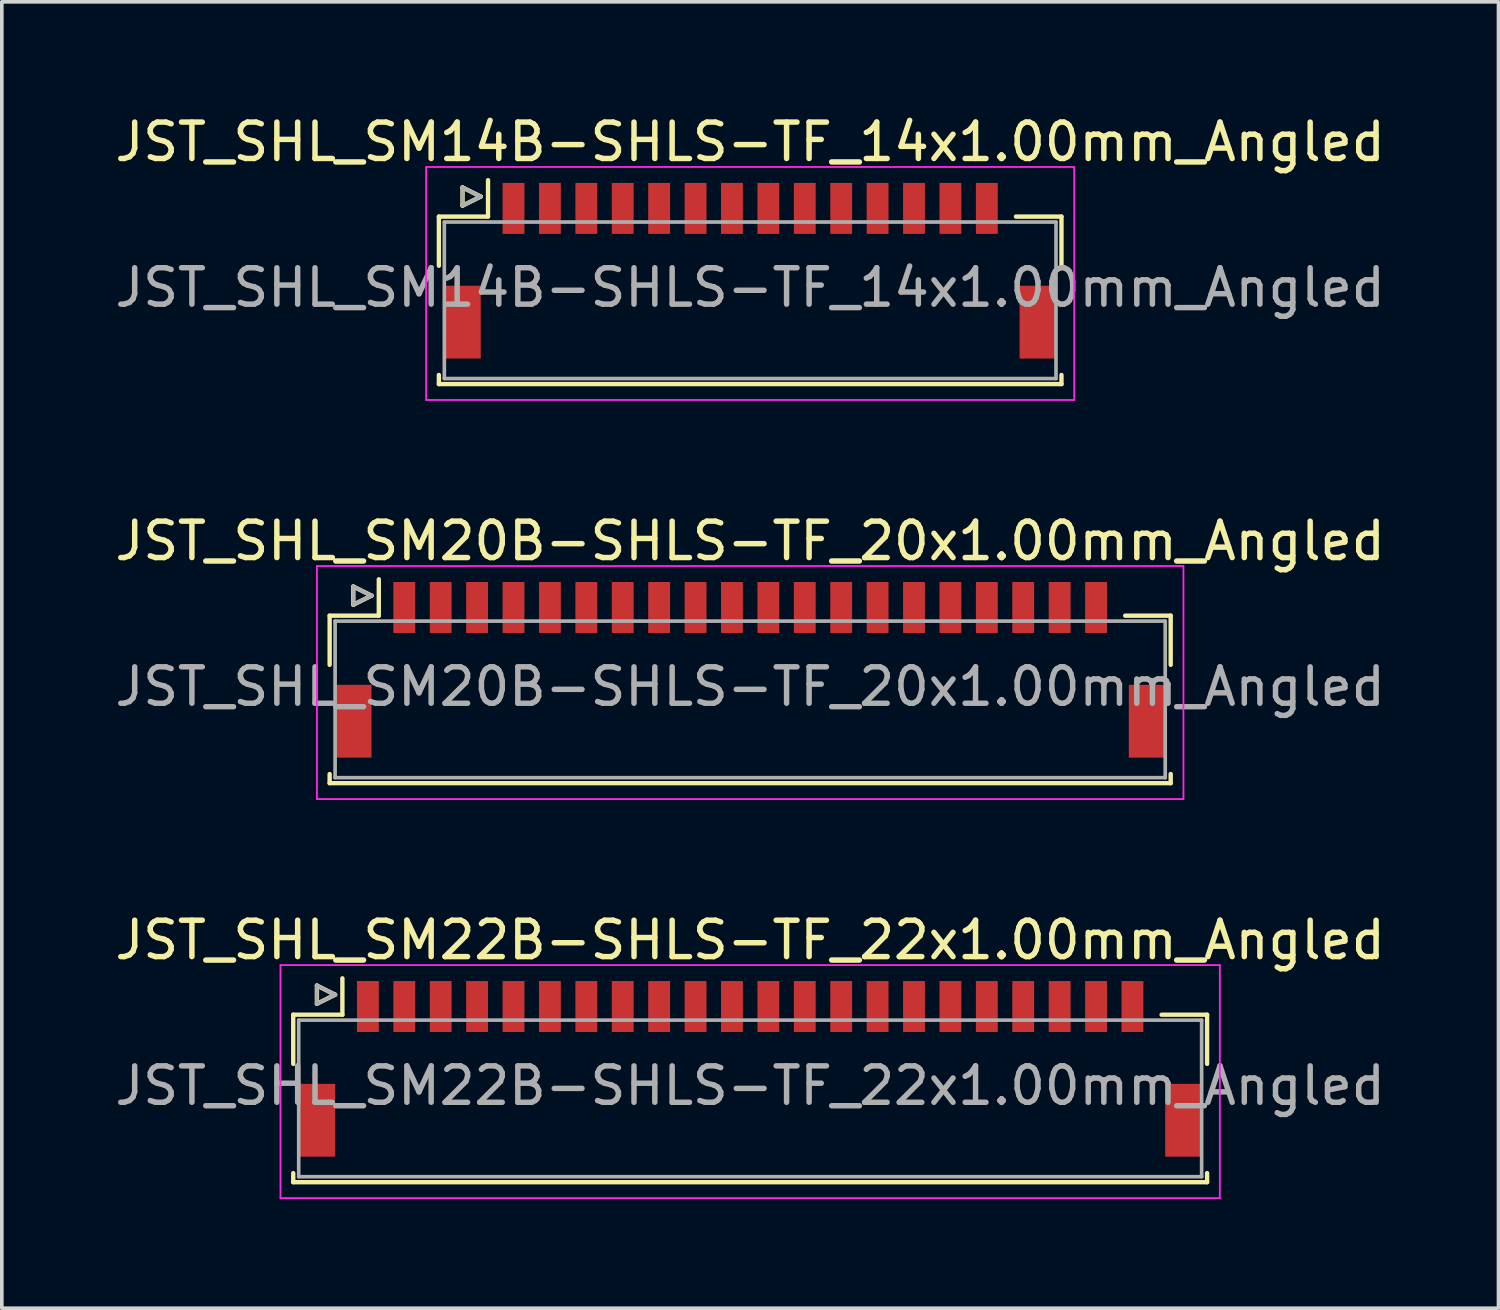
<source format=kicad_pcb>
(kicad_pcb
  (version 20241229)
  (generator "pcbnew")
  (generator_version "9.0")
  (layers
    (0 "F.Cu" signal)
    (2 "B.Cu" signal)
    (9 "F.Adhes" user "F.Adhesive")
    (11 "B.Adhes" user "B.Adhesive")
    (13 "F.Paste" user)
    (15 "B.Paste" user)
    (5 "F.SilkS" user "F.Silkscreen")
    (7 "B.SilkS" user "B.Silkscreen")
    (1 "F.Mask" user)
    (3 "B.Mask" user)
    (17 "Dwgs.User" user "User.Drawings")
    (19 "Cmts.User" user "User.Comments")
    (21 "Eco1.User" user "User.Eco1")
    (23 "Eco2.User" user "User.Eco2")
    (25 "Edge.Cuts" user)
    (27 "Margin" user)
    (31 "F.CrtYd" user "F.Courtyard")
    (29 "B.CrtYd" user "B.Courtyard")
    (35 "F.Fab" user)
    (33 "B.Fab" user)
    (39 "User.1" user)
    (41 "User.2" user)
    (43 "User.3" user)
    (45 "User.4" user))
  (footprint "JST_SHL_SM14B-SHLS-TF_14x1.00mm_Angled"
    (layer "F.Cu")
    (at 17.554 4.236)
    (property "Reference" "JST_SHL_SM14B-SHLS-TF_14x1.00mm_Angled" (at 0 -3.388 0) (layer "F.SilkS") (effects (font (size 1 1) (thickness 0.15))))
    (attr smd)
    (fp_line (start -8.55 -1.337) (end -7.2 -1.337) (stroke (width 0.12) (type solid)) (layer "F.SilkS"))
    (fp_line (start -8.55 0.013) (end -8.55 -1.337) (stroke (width 0.12) (type solid)) (layer "F.SilkS"))
    (fp_line (start -8.55 3.013) (end -8.55 3.263) (stroke (width 0.12) (type solid)) (layer "F.SilkS"))
    (fp_line (start -8.55 3.263) (end 8.55 3.263) (stroke (width 0.12) (type solid)) (layer "F.SilkS"))
    (fp_line (start -7.9 -2.138) (end -7.9 -1.637) (stroke (width 0.12) (type solid)) (layer "F.SilkS"))
    (fp_line (start -7.9 -1.637) (end -7.4 -1.887) (stroke (width 0.12) (type solid)) (layer "F.SilkS"))
    (fp_line (start -7.4 -1.887) (end -7.9 -2.138) (stroke (width 0.12) (type solid)) (layer "F.SilkS"))
    (fp_line (start -7.2 -1.337) (end -7.2 -2.337) (stroke (width 0.12) (type solid)) (layer "F.SilkS"))
    (fp_line (start 8.55 -1.337) (end 7.3 -1.337) (stroke (width 0.12) (type solid)) (layer "F.SilkS"))
    (fp_line (start 8.55 0.013) (end 8.55 -1.337) (stroke (width 0.12) (type solid)) (layer "F.SilkS"))
    (fp_line (start 8.55 3.263) (end 8.55 3.013) (stroke (width 0.12) (type solid)) (layer "F.SilkS"))
    (fp_line (start -8.9 -2.7) (end -8.9 3.7) (stroke (width 0.05) (type solid)) (layer "F.CrtYd"))
    (fp_line (start -8.9 3.7) (end 8.9 3.7) (stroke (width 0.05) (type solid)) (layer "F.CrtYd"))
    (fp_line (start 8.9 -2.7) (end -8.9 -2.7) (stroke (width 0.05) (type solid)) (layer "F.CrtYd"))
    (fp_line (start 8.9 3.7) (end 8.9 -2.7) (stroke (width 0.05) (type solid)) (layer "F.CrtYd"))
    (fp_line (start -8.4 -1.188) (end -8.4 3.112) (stroke (width 0.1) (type solid)) (layer "F.Fab"))
    (fp_line (start -8.4 3.112) (end 8.4 3.112) (stroke (width 0.1) (type solid)) (layer "F.Fab"))
    (fp_line (start -7.9 -2.138) (end -7.9 -1.637) (stroke (width 0.1) (type solid)) (layer "F.Fab"))
    (fp_line (start -7.9 -1.637) (end -7.4 -1.887) (stroke (width 0.1) (type solid)) (layer "F.Fab"))
    (fp_line (start -7.4 -1.887) (end -7.9 -2.138) (stroke (width 0.1) (type solid)) (layer "F.Fab"))
    (fp_line (start 8.4 -1.188) (end -8.4 -1.188) (stroke (width 0.1) (type solid)) (layer "F.Fab"))
    (fp_line (start 8.4 3.112) (end 8.4 -1.188) (stroke (width 0.1) (type solid)) (layer "F.Fab"))
    (fp_text user "${REFERENCE}" (at 0 0.613 0) (layer "F.Fab") (effects (font (size 1 1) (thickness 0.15))))
    (pad "" smd rect (at -7.9 1.562) (size 1 2) (layers "F.Cu" "F.Mask" "F.Paste"))
    (pad "" smd rect (at 7.9 1.562) (size 1 2) (layers "F.Cu" "F.Mask" "F.Paste"))
    (pad "1" smd rect (at -6.5 -1.562) (size 0.6 1.4) (layers "F.Cu" "F.Mask" "F.Paste"))
    (pad "2" smd rect (at -5.5 -1.562) (size 0.6 1.4) (layers "F.Cu" "F.Mask" "F.Paste"))
    (pad "3" smd rect (at -4.5 -1.562) (size 0.6 1.4) (layers "F.Cu" "F.Mask" "F.Paste"))
    (pad "4" smd rect (at -3.5 -1.562) (size 0.6 1.4) (layers "F.Cu" "F.Mask" "F.Paste"))
    (pad "5" smd rect (at -2.5 -1.562) (size 0.6 1.4) (layers "F.Cu" "F.Mask" "F.Paste"))
    (pad "6" smd rect (at -1.5 -1.562) (size 0.6 1.4) (layers "F.Cu" "F.Mask" "F.Paste"))
    (pad "7" smd rect (at -0.5 -1.562) (size 0.6 1.4) (layers "F.Cu" "F.Mask" "F.Paste"))
    (pad "8" smd rect (at 0.5 -1.562) (size 0.6 1.4) (layers "F.Cu" "F.Mask" "F.Paste"))
    (pad "9" smd rect (at 1.5 -1.562) (size 0.6 1.4) (layers "F.Cu" "F.Mask" "F.Paste"))
    (pad "10" smd rect (at 2.5 -1.562) (size 0.6 1.4) (layers "F.Cu" "F.Mask" "F.Paste"))
    (pad "11" smd rect (at 3.5 -1.562) (size 0.6 1.4) (layers "F.Cu" "F.Mask" "F.Paste"))
    (pad "12" smd rect (at 4.5 -1.562) (size 0.6 1.4) (layers "F.Cu" "F.Mask" "F.Paste"))
    (pad "13" smd rect (at 5.5 -1.562) (size 0.6 1.4) (layers "F.Cu" "F.Mask" "F.Paste"))
    (pad "14" smd rect (at 6.5 -1.562) (size 0.6 1.4) (layers "F.Cu" "F.Mask" "F.Paste")))
  (footprint "JST_SHL_SM22B-SHLS-TF_22x1.00mm_Angled"
    (layer "F.Cu")
    (at 17.554 26.157)
    (property "Reference" "JST_SHL_SM22B-SHLS-TF_22x1.00mm_Angled" (at 0 -3.388 0) (layer "F.SilkS") (effects (font (size 1 1) (thickness 0.15))))
    (attr smd)
    (fp_line (start -12.55 -1.337) (end -11.2 -1.337) (stroke (width 0.12) (type solid)) (layer "F.SilkS"))
    (fp_line (start -12.55 0.013) (end -12.55 -1.337) (stroke (width 0.12) (type solid)) (layer "F.SilkS"))
    (fp_line (start -12.55 3.013) (end -12.55 3.263) (stroke (width 0.12) (type solid)) (layer "F.SilkS"))
    (fp_line (start -12.55 3.263) (end 12.55 3.263) (stroke (width 0.12) (type solid)) (layer "F.SilkS"))
    (fp_line (start -11.9 -2.138) (end -11.9 -1.637) (stroke (width 0.12) (type solid)) (layer "F.SilkS"))
    (fp_line (start -11.9 -1.637) (end -11.4 -1.887) (stroke (width 0.12) (type solid)) (layer "F.SilkS"))
    (fp_line (start -11.4 -1.887) (end -11.9 -2.138) (stroke (width 0.12) (type solid)) (layer "F.SilkS"))
    (fp_line (start -11.2 -1.337) (end -11.2 -2.337) (stroke (width 0.12) (type solid)) (layer "F.SilkS"))
    (fp_line (start 12.55 -1.337) (end 11.3 -1.337) (stroke (width 0.12) (type solid)) (layer "F.SilkS"))
    (fp_line (start 12.55 0.013) (end 12.55 -1.337) (stroke (width 0.12) (type solid)) (layer "F.SilkS"))
    (fp_line (start 12.55 3.263) (end 12.55 3.013) (stroke (width 0.12) (type solid)) (layer "F.SilkS"))
    (fp_line (start -12.9 -2.7) (end -12.9 3.7) (stroke (width 0.05) (type solid)) (layer "F.CrtYd"))
    (fp_line (start -12.9 3.7) (end 12.9 3.7) (stroke (width 0.05) (type solid)) (layer "F.CrtYd"))
    (fp_line (start 12.9 -2.7) (end -12.9 -2.7) (stroke (width 0.05) (type solid)) (layer "F.CrtYd"))
    (fp_line (start 12.9 3.7) (end 12.9 -2.7) (stroke (width 0.05) (type solid)) (layer "F.CrtYd"))
    (fp_line (start -12.4 -1.188) (end -12.4 3.112) (stroke (width 0.1) (type solid)) (layer "F.Fab"))
    (fp_line (start -12.4 3.112) (end 12.4 3.112) (stroke (width 0.1) (type solid)) (layer "F.Fab"))
    (fp_line (start -11.9 -2.138) (end -11.9 -1.637) (stroke (width 0.1) (type solid)) (layer "F.Fab"))
    (fp_line (start -11.9 -1.637) (end -11.4 -1.887) (stroke (width 0.1) (type solid)) (layer "F.Fab"))
    (fp_line (start -11.4 -1.887) (end -11.9 -2.138) (stroke (width 0.1) (type solid)) (layer "F.Fab"))
    (fp_line (start 12.4 -1.188) (end -12.4 -1.188) (stroke (width 0.1) (type solid)) (layer "F.Fab"))
    (fp_line (start 12.4 3.112) (end 12.4 -1.188) (stroke (width 0.1) (type solid)) (layer "F.Fab"))
    (fp_text user "${REFERENCE}" (at 0 0.613 0) (layer "F.Fab") (effects (font (size 1 1) (thickness 0.15))))
    (pad "" smd rect (at -11.9 1.562) (size 1 2) (layers "F.Cu" "F.Mask" "F.Paste"))
    (pad "" smd rect (at 11.9 1.562) (size 1 2) (layers "F.Cu" "F.Mask" "F.Paste"))
    (pad "1" smd rect (at -10.5 -1.562) (size 0.6 1.4) (layers "F.Cu" "F.Mask" "F.Paste"))
    (pad "2" smd rect (at -9.5 -1.562) (size 0.6 1.4) (layers "F.Cu" "F.Mask" "F.Paste"))
    (pad "3" smd rect (at -8.5 -1.562) (size 0.6 1.4) (layers "F.Cu" "F.Mask" "F.Paste"))
    (pad "4" smd rect (at -7.5 -1.562) (size 0.6 1.4) (layers "F.Cu" "F.Mask" "F.Paste"))
    (pad "5" smd rect (at -6.5 -1.562) (size 0.6 1.4) (layers "F.Cu" "F.Mask" "F.Paste"))
    (pad "6" smd rect (at -5.5 -1.562) (size 0.6 1.4) (layers "F.Cu" "F.Mask" "F.Paste"))
    (pad "7" smd rect (at -4.5 -1.562) (size 0.6 1.4) (layers "F.Cu" "F.Mask" "F.Paste"))
    (pad "8" smd rect (at -3.5 -1.562) (size 0.6 1.4) (layers "F.Cu" "F.Mask" "F.Paste"))
    (pad "9" smd rect (at -2.5 -1.562) (size 0.6 1.4) (layers "F.Cu" "F.Mask" "F.Paste"))
    (pad "10" smd rect (at -1.5 -1.562) (size 0.6 1.4) (layers "F.Cu" "F.Mask" "F.Paste"))
    (pad "11" smd rect (at -0.5 -1.562) (size 0.6 1.4) (layers "F.Cu" "F.Mask" "F.Paste"))
    (pad "12" smd rect (at 0.5 -1.562) (size 0.6 1.4) (layers "F.Cu" "F.Mask" "F.Paste"))
    (pad "13" smd rect (at 1.5 -1.562) (size 0.6 1.4) (layers "F.Cu" "F.Mask" "F.Paste"))
    (pad "14" smd rect (at 2.5 -1.562) (size 0.6 1.4) (layers "F.Cu" "F.Mask" "F.Paste"))
    (pad "15" smd rect (at 3.5 -1.562) (size 0.6 1.4) (layers "F.Cu" "F.Mask" "F.Paste"))
    (pad "16" smd rect (at 4.5 -1.562) (size 0.6 1.4) (layers "F.Cu" "F.Mask" "F.Paste"))
    (pad "17" smd rect (at 5.5 -1.562) (size 0.6 1.4) (layers "F.Cu" "F.Mask" "F.Paste"))
    (pad "18" smd rect (at 6.5 -1.562) (size 0.6 1.4) (layers "F.Cu" "F.Mask" "F.Paste"))
    (pad "19" smd rect (at 7.5 -1.562) (size 0.6 1.4) (layers "F.Cu" "F.Mask" "F.Paste"))
    (pad "20" smd rect (at 8.5 -1.562) (size 0.6 1.4) (layers "F.Cu" "F.Mask" "F.Paste"))
    (pad "21" smd rect (at 9.5 -1.562) (size 0.6 1.4) (layers "F.Cu" "F.Mask" "F.Paste"))
    (pad "22" smd rect (at 10.5 -1.562) (size 0.6 1.4) (layers "F.Cu" "F.Mask" "F.Paste")))
  (footprint "JST_SHL_SM20B-SHLS-TF_20x1.00mm_Angled"
    (layer "F.Cu")
    (at 17.554 15.197)
    (property "Reference" "JST_SHL_SM20B-SHLS-TF_20x1.00mm_Angled" (at 0 -3.388 0) (layer "F.SilkS") (effects (font (size 1 1) (thickness 0.15))))
    (attr smd)
    (fp_line (start -11.55 -1.337) (end -10.2 -1.337) (stroke (width 0.12) (type solid)) (layer "F.SilkS"))
    (fp_line (start -11.55 0.013) (end -11.55 -1.337) (stroke (width 0.12) (type solid)) (layer "F.SilkS"))
    (fp_line (start -11.55 3.013) (end -11.55 3.263) (stroke (width 0.12) (type solid)) (layer "F.SilkS"))
    (fp_line (start -11.55 3.263) (end 11.55 3.263) (stroke (width 0.12) (type solid)) (layer "F.SilkS"))
    (fp_line (start -10.9 -2.138) (end -10.9 -1.637) (stroke (width 0.12) (type solid)) (layer "F.SilkS"))
    (fp_line (start -10.9 -1.637) (end -10.4 -1.887) (stroke (width 0.12) (type solid)) (layer "F.SilkS"))
    (fp_line (start -10.4 -1.887) (end -10.9 -2.138) (stroke (width 0.12) (type solid)) (layer "F.SilkS"))
    (fp_line (start -10.2 -1.337) (end -10.2 -2.337) (stroke (width 0.12) (type solid)) (layer "F.SilkS"))
    (fp_line (start 11.55 -1.337) (end 10.3 -1.337) (stroke (width 0.12) (type solid)) (layer "F.SilkS"))
    (fp_line (start 11.55 0.013) (end 11.55 -1.337) (stroke (width 0.12) (type solid)) (layer "F.SilkS"))
    (fp_line (start 11.55 3.263) (end 11.55 3.013) (stroke (width 0.12) (type solid)) (layer "F.SilkS"))
    (fp_line (start -11.9 -2.7) (end -11.9 3.7) (stroke (width 0.05) (type solid)) (layer "F.CrtYd"))
    (fp_line (start -11.9 3.7) (end 11.9 3.7) (stroke (width 0.05) (type solid)) (layer "F.CrtYd"))
    (fp_line (start 11.9 -2.7) (end -11.9 -2.7) (stroke (width 0.05) (type solid)) (layer "F.CrtYd"))
    (fp_line (start 11.9 3.7) (end 11.9 -2.7) (stroke (width 0.05) (type solid)) (layer "F.CrtYd"))
    (fp_line (start -11.4 -1.188) (end -11.4 3.112) (stroke (width 0.1) (type solid)) (layer "F.Fab"))
    (fp_line (start -11.4 3.112) (end 11.4 3.112) (stroke (width 0.1) (type solid)) (layer "F.Fab"))
    (fp_line (start -10.9 -2.138) (end -10.9 -1.637) (stroke (width 0.1) (type solid)) (layer "F.Fab"))
    (fp_line (start -10.9 -1.637) (end -10.4 -1.887) (stroke (width 0.1) (type solid)) (layer "F.Fab"))
    (fp_line (start -10.4 -1.887) (end -10.9 -2.138) (stroke (width 0.1) (type solid)) (layer "F.Fab"))
    (fp_line (start 11.4 -1.188) (end -11.4 -1.188) (stroke (width 0.1) (type solid)) (layer "F.Fab"))
    (fp_line (start 11.4 3.112) (end 11.4 -1.188) (stroke (width 0.1) (type solid)) (layer "F.Fab"))
    (fp_text user "${REFERENCE}" (at 0 0.613 0) (layer "F.Fab") (effects (font (size 1 1) (thickness 0.15))))
    (pad "" smd rect (at -10.9 1.562) (size 1 2) (layers "F.Cu" "F.Mask" "F.Paste"))
    (pad "" smd rect (at 10.9 1.562) (size 1 2) (layers "F.Cu" "F.Mask" "F.Paste"))
    (pad "1" smd rect (at -9.5 -1.562) (size 0.6 1.4) (layers "F.Cu" "F.Mask" "F.Paste"))
    (pad "2" smd rect (at -8.5 -1.562) (size 0.6 1.4) (layers "F.Cu" "F.Mask" "F.Paste"))
    (pad "3" smd rect (at -7.5 -1.562) (size 0.6 1.4) (layers "F.Cu" "F.Mask" "F.Paste"))
    (pad "4" smd rect (at -6.5 -1.562) (size 0.6 1.4) (layers "F.Cu" "F.Mask" "F.Paste"))
    (pad "5" smd rect (at -5.5 -1.562) (size 0.6 1.4) (layers "F.Cu" "F.Mask" "F.Paste"))
    (pad "6" smd rect (at -4.5 -1.562) (size 0.6 1.4) (layers "F.Cu" "F.Mask" "F.Paste"))
    (pad "7" smd rect (at -3.5 -1.562) (size 0.6 1.4) (layers "F.Cu" "F.Mask" "F.Paste"))
    (pad "8" smd rect (at -2.5 -1.562) (size 0.6 1.4) (layers "F.Cu" "F.Mask" "F.Paste"))
    (pad "9" smd rect (at -1.5 -1.562) (size 0.6 1.4) (layers "F.Cu" "F.Mask" "F.Paste"))
    (pad "10" smd rect (at -0.5 -1.562) (size 0.6 1.4) (layers "F.Cu" "F.Mask" "F.Paste"))
    (pad "11" smd rect (at 0.5 -1.562) (size 0.6 1.4) (layers "F.Cu" "F.Mask" "F.Paste"))
    (pad "12" smd rect (at 1.5 -1.562) (size 0.6 1.4) (layers "F.Cu" "F.Mask" "F.Paste"))
    (pad "13" smd rect (at 2.5 -1.562) (size 0.6 1.4) (layers "F.Cu" "F.Mask" "F.Paste"))
    (pad "14" smd rect (at 3.5 -1.562) (size 0.6 1.4) (layers "F.Cu" "F.Mask" "F.Paste"))
    (pad "15" smd rect (at 4.5 -1.562) (size 0.6 1.4) (layers "F.Cu" "F.Mask" "F.Paste"))
    (pad "16" smd rect (at 5.5 -1.562) (size 0.6 1.4) (layers "F.Cu" "F.Mask" "F.Paste"))
    (pad "17" smd rect (at 6.5 -1.562) (size 0.6 1.4) (layers "F.Cu" "F.Mask" "F.Paste"))
    (pad "18" smd rect (at 7.5 -1.562) (size 0.6 1.4) (layers "F.Cu" "F.Mask" "F.Paste"))
    (pad "19" smd rect (at 8.5 -1.562) (size 0.6 1.4) (layers "F.Cu" "F.Mask" "F.Paste"))
    (pad "20" smd rect (at 9.5 -1.562) (size 0.6 1.4) (layers "F.Cu" "F.Mask" "F.Paste")))
  (gr_rect
    (start -3 -3)
    (end 38.107 32.882)
    (stroke (width 0.1) (type default))
    (fill no)
    (layer "Edge.Cuts")))
</source>
